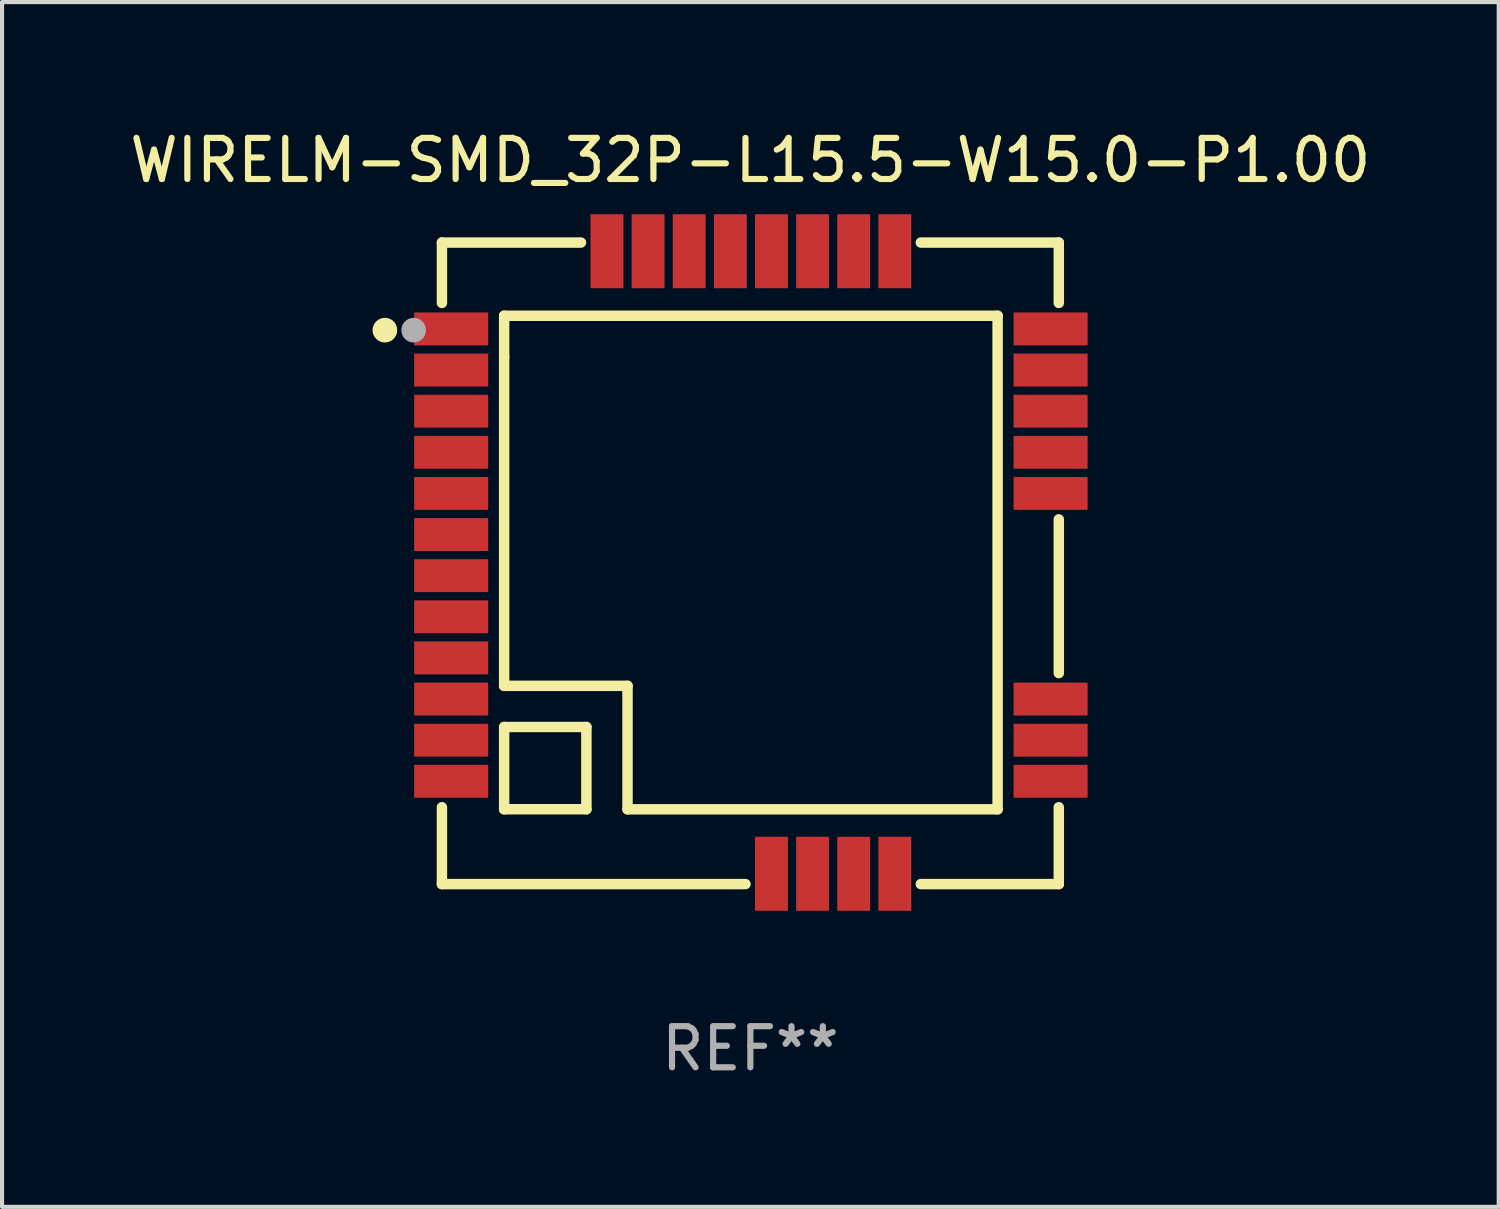
<source format=kicad_pcb>
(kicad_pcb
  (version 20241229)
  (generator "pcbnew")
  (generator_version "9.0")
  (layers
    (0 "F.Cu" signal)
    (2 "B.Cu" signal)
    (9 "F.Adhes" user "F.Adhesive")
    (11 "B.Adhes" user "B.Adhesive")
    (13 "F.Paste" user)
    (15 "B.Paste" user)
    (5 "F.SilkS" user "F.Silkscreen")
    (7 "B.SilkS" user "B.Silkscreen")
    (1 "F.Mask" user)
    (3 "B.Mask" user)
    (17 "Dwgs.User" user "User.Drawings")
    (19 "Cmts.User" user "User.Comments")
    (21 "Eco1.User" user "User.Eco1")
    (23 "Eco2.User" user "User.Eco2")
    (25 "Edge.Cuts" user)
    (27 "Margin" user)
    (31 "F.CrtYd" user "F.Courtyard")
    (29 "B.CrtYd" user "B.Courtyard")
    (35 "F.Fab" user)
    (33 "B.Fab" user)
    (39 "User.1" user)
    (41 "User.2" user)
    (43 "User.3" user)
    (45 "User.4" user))
  (footprint "WIRELM-SMD_32P-L15.5-W15.0-P1.00"
    (layer "F.Cu")
    (at 15.209 10.628)
    (property "Reference" "WIRELM-SMD_32P-L15.5-W15.0-P1.00" (at -0.013 -9.78 0) (layer "F.SilkS") (effects (font (size 1 1) (thickness 0.15))))
    (attr smd)
    (fp_line (start -7.513 -7.78) (end -7.513 -6.311) (stroke (width 0.254) (type solid)) (layer "F.SilkS"))
    (fp_line (start -7.513 5.951) (end -7.513 7.82) (stroke (width 0.254) (type solid)) (layer "F.SilkS"))
    (fp_line (start -7.513 7.82) (end -0.131 7.82) (stroke (width 0.254) (type solid)) (layer "F.SilkS"))
    (fp_line (start -6 4) (end -4 4) (stroke (width 0.254) (type solid)) (layer "F.SilkS"))
    (fp_line (start -6 6) (end -6 4) (stroke (width 0.254) (type solid)) (layer "F.SilkS"))
    (fp_line (start -6 -6) (end 5.999 -6) (stroke (width 0.254) (type solid)) (layer "F.SilkS"))
    (fp_line (start -6 -5) (end -6 -6) (stroke (width 0.254) (type solid)) (layer "F.SilkS"))
    (fp_line (start -6 2.999) (end -6 -5) (stroke (width 0.254) (type solid)) (layer "F.SilkS"))
    (fp_line (start -4.131 -7.78) (end -7.513 -7.78) (stroke (width 0.254) (type solid)) (layer "F.SilkS"))
    (fp_line (start -4 4) (end -4 6) (stroke (width 0.254) (type solid)) (layer "F.SilkS"))
    (fp_line (start -4 6) (end -6 6) (stroke (width 0.254) (type solid)) (layer "F.SilkS"))
    (fp_line (start -3 2.999) (end -6 2.999) (stroke (width 0.254) (type solid)) (layer "F.SilkS"))
    (fp_line (start -3 6.001) (end -3 2.999) (stroke (width 0.254) (type solid)) (layer "F.SilkS"))
    (fp_line (start 4.131 7.82) (end 7.487 7.82) (stroke (width 0.254) (type solid)) (layer "F.SilkS"))
    (fp_line (start 5.999 -6) (end 5.999 6.001) (stroke (width 0.254) (type solid)) (layer "F.SilkS"))
    (fp_line (start 5.999 6.001) (end -3 6.001) (stroke (width 0.254) (type solid)) (layer "F.SilkS"))
    (fp_line (start 7.487 -7.78) (end 4.131 -7.78) (stroke (width 0.254) (type solid)) (layer "F.SilkS"))
    (fp_line (start 7.487 -6.311) (end 7.487 -7.78) (stroke (width 0.254) (type solid)) (layer "F.SilkS"))
    (fp_line (start 7.487 2.689) (end 7.487 -1.049) (stroke (width 0.254) (type solid)) (layer "F.SilkS"))
    (fp_line (start 7.487 7.82) (end 7.487 5.951) (stroke (width 0.254) (type solid)) (layer "F.SilkS"))
    (fp_circle (center -8.9 -5.65) (end -8.75 -5.65) (stroke (width 0.3) (type solid)) (fill no) (layer "F.SilkS"))
    (fp_circle (center -7.5 -7.759) (end -7.47 -7.759) (stroke (width 0.06) (type solid)) (fill no) (layer "F.SilkS"))
    (fp_circle (center -8.2 -5.65) (end -8.05 -5.65) (stroke (width 0.3) (type solid)) (fill no) (layer "F.Fab"))
    (fp_text user "REF**" (at -0.013 11.82 0) (layer "F.Fab") (effects (font (size 1 1) (thickness 0.15))))
    (pad "1" smd rect (at -7.288 -5.68) (size 1.8 0.8) (layers "F.Cu" "F.Mask" "F.Paste"))
    (pad "2" smd rect (at -7.288 -4.68) (size 1.8 0.8) (layers "F.Cu" "F.Mask" "F.Paste"))
    (pad "3" smd rect (at -7.288 -3.68) (size 1.8 0.8) (layers "F.Cu" "F.Mask" "F.Paste"))
    (pad "4" smd rect (at -7.288 -2.68) (size 1.8 0.8) (layers "F.Cu" "F.Mask" "F.Paste"))
    (pad "5" smd rect (at -7.288 -1.68) (size 1.8 0.8) (layers "F.Cu" "F.Mask" "F.Paste"))
    (pad "6" smd rect (at -7.288 -0.68) (size 1.8 0.8) (layers "F.Cu" "F.Mask" "F.Paste"))
    (pad "7" smd rect (at -7.288 0.32) (size 1.8 0.8) (layers "F.Cu" "F.Mask" "F.Paste"))
    (pad "8" smd rect (at -7.288 1.32) (size 1.8 0.8) (layers "F.Cu" "F.Mask" "F.Paste"))
    (pad "9" smd rect (at -7.288 2.32) (size 1.8 0.8) (layers "F.Cu" "F.Mask" "F.Paste"))
    (pad "10" smd rect (at -7.288 3.32) (size 1.8 0.8) (layers "F.Cu" "F.Mask" "F.Paste"))
    (pad "11" smd rect (at -7.288 4.32) (size 1.8 0.8) (layers "F.Cu" "F.Mask" "F.Paste"))
    (pad "12" smd rect (at -7.288 5.32) (size 1.8 0.8) (layers "F.Cu" "F.Mask" "F.Paste"))
    (pad "13" smd rect (at 0.5 7.569) (size 0.8 1.8) (layers "F.Cu" "F.Mask" "F.Paste"))
    (pad "14" smd rect (at 1.5 7.569) (size 0.8 1.8) (layers "F.Cu" "F.Mask" "F.Paste"))
    (pad "15" smd rect (at 2.5 7.569) (size 0.8 1.8) (layers "F.Cu" "F.Mask" "F.Paste"))
    (pad "16" smd rect (at 3.5 7.569) (size 0.8 1.8) (layers "F.Cu" "F.Mask" "F.Paste"))
    (pad "17" smd rect (at 7.287 5.32) (size 1.8 0.8) (layers "F.Cu" "F.Mask" "F.Paste"))
    (pad "18" smd rect (at 7.288 4.321) (size 1.8 0.8) (layers "F.Cu" "F.Mask" "F.Paste"))
    (pad "19" smd rect (at 7.287 3.32) (size 1.8 0.8) (layers "F.Cu" "F.Mask" "F.Paste"))
    (pad "20" smd rect (at 7.287 -1.68) (size 1.8 0.8) (layers "F.Cu" "F.Mask" "F.Paste"))
    (pad "21" smd rect (at 7.287 -2.68) (size 1.8 0.8) (layers "F.Cu" "F.Mask" "F.Paste"))
    (pad "22" smd rect (at 7.287 -3.68) (size 1.8 0.8) (layers "F.Cu" "F.Mask" "F.Paste"))
    (pad "23" smd rect (at 7.287 -4.68) (size 1.8 0.8) (layers "F.Cu" "F.Mask" "F.Paste"))
    (pad "24" smd rect (at 7.287 -5.68) (size 1.8 0.8) (layers "F.Cu" "F.Mask" "F.Paste"))
    (pad "25" smd rect (at 3.5 -7.569 90) (size 1.8 0.8) (layers "F.Cu" "F.Mask" "F.Paste"))
    (pad "26" smd rect (at 2.5 -7.569 90) (size 1.8 0.8) (layers "F.Cu" "F.Mask" "F.Paste"))
    (pad "27" smd rect (at 1.5 -7.569 90) (size 1.8 0.8) (layers "F.Cu" "F.Mask" "F.Paste"))
    (pad "28" smd rect (at 0.5 -7.569 90) (size 1.8 0.8) (layers "F.Cu" "F.Mask" "F.Paste"))
    (pad "29" smd rect (at -0.5 -7.569 90) (size 1.8 0.8) (layers "F.Cu" "F.Mask" "F.Paste"))
    (pad "30" smd rect (at -1.5 -7.569 90) (size 1.8 0.8) (layers "F.Cu" "F.Mask" "F.Paste"))
    (pad "31" smd rect (at -2.5 -7.569 90) (size 1.8 0.8) (layers "F.Cu" "F.Mask" "F.Paste"))
    (pad "32" smd rect (at -3.5 -7.569 90) (size 1.8 0.8) (layers "F.Cu" "F.Mask" "F.Paste")))
  (gr_rect
    (start -3 -3)
    (end 33.393 26.297)
    (stroke (width 0.1) (type default))
    (fill no)
    (layer "Edge.Cuts")))
</source>
